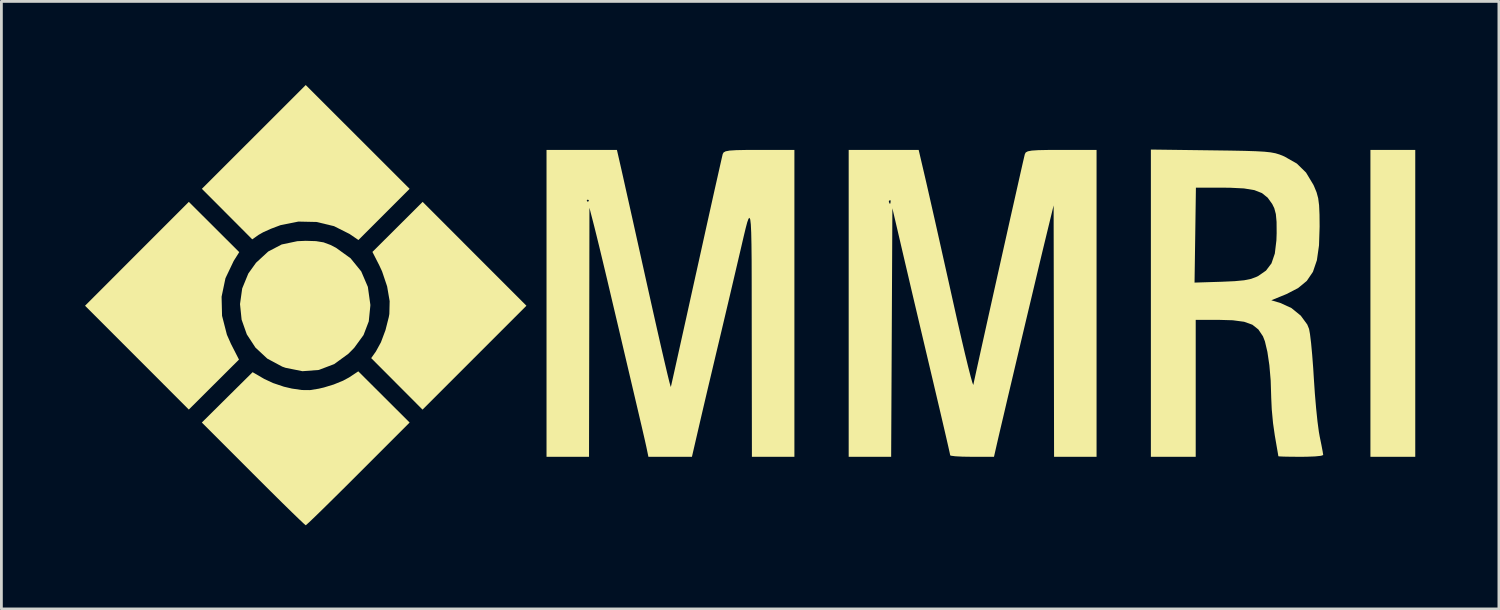
<source format=kicad_pcb>
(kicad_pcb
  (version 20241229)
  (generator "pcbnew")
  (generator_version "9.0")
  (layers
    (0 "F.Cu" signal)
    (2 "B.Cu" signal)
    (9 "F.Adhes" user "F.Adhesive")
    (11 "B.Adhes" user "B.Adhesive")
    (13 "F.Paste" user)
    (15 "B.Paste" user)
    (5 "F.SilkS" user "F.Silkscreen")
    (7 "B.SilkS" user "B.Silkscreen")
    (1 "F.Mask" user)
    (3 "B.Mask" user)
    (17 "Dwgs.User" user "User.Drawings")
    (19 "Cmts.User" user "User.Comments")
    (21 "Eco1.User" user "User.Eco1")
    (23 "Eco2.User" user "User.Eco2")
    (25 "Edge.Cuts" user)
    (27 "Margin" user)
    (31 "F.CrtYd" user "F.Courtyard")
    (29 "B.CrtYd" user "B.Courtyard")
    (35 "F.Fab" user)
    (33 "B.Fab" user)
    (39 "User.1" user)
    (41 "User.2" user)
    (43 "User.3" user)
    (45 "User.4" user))
  (footprint "mmri_logo_inverted"
    (layer "F.Cu")
    (at 23.917 7.83)
    (property "Reference" "mmri_logo_inverted" (at -0.007 -0.016 0) (layer "User.1") (effects (font (size 1.5 1.5) (thickness 0.3))))
    (attr board_only exclude_from_pos_files exclude_from_bom)
    (fp_poly (pts (xy 23.791 0) (xy 23.791 5.503) (xy 22.987 5.503) (xy 22.183 5.503) (xy 22.183 0) (xy 22.183 -5.503) (xy 22.987 -5.503) (xy 23.791 -5.503)) (stroke (width 0) (type solid)) (fill yes) (layer "F.SilkS"))
    (fp_poly (pts (xy -19.291 -2.739) (xy -18.387 -1.837) (xy -18.586 -1.521) (xy -18.881 -0.902) (xy -19.02 -0.238) (xy -19.003 0.446) (xy -18.829 1.125) (xy -18.684 1.453) (xy -18.396 2.016) (xy -19.296 2.913) (xy -20.195 3.809) (xy -22.056 1.947) (xy -23.917 0.085) (xy -22.056 -1.778) (xy -20.195 -3.64)) (stroke (width 0) (type solid)) (fill yes) (layer "F.SilkS"))
    (fp_poly (pts (xy -14.139 -5.969) (xy -12.276 -4.108) (xy -13.194 -3.19) (xy -14.112 -2.272) (xy -14.432 -2.49) (xy -14.987 -2.769) (xy -15.613 -2.919) (xy -16.266 -2.933) (xy -16.901 -2.806) (xy -16.93 -2.796) (xy -17.248 -2.676) (xy -17.532 -2.548) (xy -17.698 -2.453) (xy -17.92 -2.296) (xy -18.823 -3.202) (xy -19.727 -4.108) (xy -17.864 -5.969) (xy -16.002 -7.83)) (stroke (width 0) (type solid)) (fill yes) (layer "F.SilkS"))
    (fp_poly (pts (xy -9.948 -1.777) (xy -8.087 0.085) (xy -9.95 1.948) (xy -11.813 3.811) (xy -12.734 2.887) (xy -13.654 1.964) (xy -13.484 1.723) (xy -13.304 1.394) (xy -13.142 0.961) (xy -13.023 0.492) (xy -13.003 0.381) (xy -12.992 -0.08) (xy -13.083 -0.609) (xy -13.264 -1.147) (xy -13.366 -1.367) (xy -13.61 -1.845) (xy -12.709 -2.742) (xy -11.809 -3.64)) (stroke (width 0) (type solid)) (fill yes) (layer "F.SilkS"))
    (fp_poly (pts (xy -15.635 -2.232) (xy -15.363 -2.188) (xy -15.116 -2.096) (xy -14.916 -1.993) (xy -14.395 -1.618) (xy -14.012 -1.147) (xy -13.774 -0.591) (xy -13.685 0.045) (xy -13.685 0.085) (xy -13.741 0.645) (xy -13.929 1.137) (xy -14.264 1.596) (xy -14.471 1.806) (xy -14.98 2.178) (xy -15.533 2.388) (xy -16.119 2.433) (xy -16.727 2.311) (xy -16.845 2.269) (xy -17.38 1.982) (xy -17.805 1.587) (xy -18.115 1.113) (xy -18.302 0.583) (xy -18.359 0.026) (xy -18.281 -0.534) (xy -18.061 -1.07) (xy -17.784 -1.457) (xy -17.348 -1.859) (xy -16.864 -2.112) (xy -16.303 -2.23) (xy -16.002 -2.243)) (stroke (width 0) (type solid)) (fill yes) (layer "F.SilkS"))
    (fp_poly (pts (xy -13.196 3.356) (xy -12.276 4.274) (xy -14.117 6.116) (xy -14.575 6.573) (xy -14.994 6.988) (xy -15.359 7.348) (xy -15.656 7.637) (xy -15.87 7.842) (xy -15.986 7.947) (xy -16.002 7.959) (xy -16.07 7.901) (xy -16.243 7.738) (xy -16.506 7.484) (xy -16.844 7.153) (xy -17.241 6.76) (xy -17.684 6.319) (xy -17.887 6.116) (xy -19.728 4.274) (xy -18.818 3.371) (xy -17.907 2.468) (xy -17.489 2.711) (xy -17.173 2.858) (xy -16.784 2.989) (xy -16.498 3.056) (xy -16.14 3.108) (xy -15.851 3.111) (xy -15.539 3.061) (xy -15.351 3.017) (xy -14.999 2.91) (xy -14.661 2.772) (xy -14.448 2.657) (xy -14.117 2.438)) (stroke (width 0) (type solid)) (fill yes) (layer "F.SilkS"))
    (fp_poly (pts (xy 6.243 -4.382) (xy 6.322 -4.036) (xy 6.432 -3.552) (xy 6.567 -2.957) (xy 6.719 -2.279) (xy 6.883 -1.545) (xy 7.054 -0.782) (xy 7.209 -0.085) (xy 7.365 0.614) (xy 7.511 1.25) (xy 7.642 1.808) (xy 7.755 2.272) (xy 7.845 2.623) (xy 7.908 2.847) (xy 7.94 2.926) (xy 7.942 2.921) (xy 7.967 2.799) (xy 8.025 2.533) (xy 8.111 2.143) (xy 8.22 1.648) (xy 8.349 1.067) (xy 8.492 0.421) (xy 8.646 -0.271) (xy 8.806 -0.988) (xy 8.968 -1.712) (xy 9.127 -2.422) (xy 9.278 -3.099) (xy 9.419 -3.723) (xy 9.543 -4.274) (xy 9.646 -4.733) (xy 9.725 -5.08) (xy 9.775 -5.294) (xy 9.79 -5.355) (xy 9.822 -5.413) (xy 9.897 -5.453) (xy 10.04 -5.48) (xy 10.276 -5.495) (xy 10.633 -5.502) (xy 11.097 -5.503) (xy 12.361 -5.503) (xy 12.361 0) (xy 12.361 5.503) (xy 11.599 5.503) (xy 10.837 5.503) (xy 10.829 0.995) (xy 10.821 -3.514) (xy 10.533 -2.328) (xy 10.445 -1.966) (xy 10.328 -1.478) (xy 10.188 -0.889) (xy 10.03 -0.224) (xy 9.859 0.492) (xy 9.683 1.234) (xy 9.507 1.978) (xy 9.337 2.699) (xy 9.178 3.37) (xy 9.038 3.969) (xy 8.92 4.469) (xy 8.832 4.846) (xy 8.793 5.016) (xy 8.682 5.503) (xy 7.897 5.503) (xy 7.556 5.498) (xy 7.29 5.484) (xy 7.136 5.463) (xy 7.112 5.45) (xy 7.093 5.358) (xy 7.04 5.121) (xy 6.957 4.76) (xy 6.849 4.295) (xy 6.721 3.747) (xy 6.577 3.137) (xy 6.509 2.847) (xy 6.32 2.048) (xy 6.163 1.384) (xy 6.03 0.822) (xy 5.915 0.333) (xy 5.809 -0.115) (xy 5.706 -0.553) (xy 5.599 -1.012) (xy 5.479 -1.522) (xy 5.341 -2.114) (xy 5.323 -2.192) (xy 5.038 -3.411) (xy 5.016 1.046) (xy 4.994 5.503) (xy 4.233 5.503) (xy 3.471 5.503) (xy 3.471 0) (xy 3.471 -3.641) (xy 4.911 -3.641) (xy 4.942 -3.571) (xy 4.967 -3.584) (xy 4.977 -3.685) (xy 4.967 -3.697) (xy 4.917 -3.685) (xy 4.911 -3.641) (xy 3.471 -3.641) (xy 3.471 -5.503) (xy 4.726 -5.503) (xy 5.981 -5.503)) (stroke (width 0) (type solid)) (fill yes) (layer "F.SilkS"))
    (fp_poly (pts (xy -4.672 -4.763) (xy -4.617 -4.519) (xy -4.531 -4.132) (xy -4.417 -3.624) (xy -4.281 -3.016) (xy -4.129 -2.331) (xy -3.964 -1.589) (xy -3.792 -0.815) (xy -3.716 -0.474) (xy -3.55 0.27) (xy -3.395 0.958) (xy -3.255 1.573) (xy -3.133 2.099) (xy -3.034 2.519) (xy -2.961 2.817) (xy -2.917 2.976) (xy -2.907 2.997) (xy -2.885 2.902) (xy -2.83 2.657) (xy -2.746 2.28) (xy -2.636 1.785) (xy -2.504 1.19) (xy -2.353 0.511) (xy -2.188 -0.237) (xy -2.011 -1.037) (xy -1.987 -1.143) (xy -1.808 -1.951) (xy -1.64 -2.712) (xy -1.485 -3.409) (xy -1.348 -4.025) (xy -1.231 -4.543) (xy -1.14 -4.948) (xy -1.078 -5.223) (xy -1.048 -5.351) (xy -1.047 -5.355) (xy -1.015 -5.413) (xy -0.941 -5.453) (xy -0.798 -5.48) (xy -0.561 -5.495) (xy -0.205 -5.502) (xy 0.26 -5.503) (xy 1.524 -5.503) (xy 1.524 0) (xy 1.524 5.503) (xy 0.762 5.503) (xy 0 5.503) (xy -0.006 0.995) (xy -0.007 -0.016) (xy -0.008 -0.866) (xy -0.01 -1.564) (xy -0.016 -2.118) (xy -0.025 -2.538) (xy -0.039 -2.83) (xy -0.059 -3.005) (xy -0.086 -3.07) (xy -0.122 -3.035) (xy -0.168 -2.907) (xy -0.224 -2.695) (xy -0.293 -2.408) (xy -0.375 -2.055) (xy -0.41 -1.905) (xy -0.752 -0.445) (xy -1.071 0.905) (xy -1.309 1.905) (xy -1.443 2.472) (xy -1.597 3.12) (xy -1.749 3.768) (xy -1.872 4.297) (xy -2.151 5.503) (xy -2.932 5.503) (xy -3.712 5.503) (xy -3.769 5.228) (xy -3.787 5.143) (xy -3.811 5.035) (xy -3.843 4.891) (xy -3.888 4.696) (xy -3.948 4.436) (xy -4.028 4.095) (xy -4.13 3.66) (xy -4.258 3.115) (xy -4.415 2.447) (xy -4.605 1.639) (xy -4.781 0.889) (xy -5.003 -0.051) (xy -5.189 -0.841) (xy -5.345 -1.494) (xy -5.473 -2.026) (xy -5.577 -2.449) (xy -5.659 -2.778) (xy -5.674 -2.836) (xy -5.827 -3.429) (xy -5.834 1.037) (xy -5.842 5.503) (xy -6.604 5.503) (xy -7.366 5.503) (xy -7.366 0) (xy -7.366 -3.683) (xy -5.927 -3.683) (xy -5.884 -3.641) (xy -5.842 -3.683) (xy -5.884 -3.725) (xy -5.927 -3.683) (xy -7.366 -3.683) (xy -7.366 -5.503) (xy -6.104 -5.503) (xy -4.841 -5.503)) (stroke (width 0) (type solid)) (fill yes) (layer "F.SilkS"))
    (fp_poly (pts (xy 16.489 -5.488) (xy 17.158 -5.479) (xy 17.681 -5.469) (xy 18.081 -5.456) (xy 18.382 -5.439) (xy 18.608 -5.415) (xy 18.781 -5.382) (xy 18.925 -5.338) (xy 19.064 -5.282) (xy 19.104 -5.264) (xy 19.545 -5.013) (xy 19.874 -4.691) (xy 20.138 -4.252) (xy 20.166 -4.191) (xy 20.252 -3.982) (xy 20.309 -3.772) (xy 20.342 -3.519) (xy 20.357 -3.179) (xy 20.361 -2.752) (xy 20.339 -2.079) (xy 20.263 -1.547) (xy 20.121 -1.13) (xy 19.9 -0.805) (xy 19.587 -0.547) (xy 19.172 -0.333) (xy 19.105 -0.305) (xy 18.628 -0.111) (xy 18.967 -0.009) (xy 19.351 0.169) (xy 19.684 0.44) (xy 19.918 0.759) (xy 19.982 0.917) (xy 20.016 1.104) (xy 20.055 1.425) (xy 20.094 1.844) (xy 20.131 2.327) (xy 20.154 2.697) (xy 20.19 3.233) (xy 20.235 3.759) (xy 20.284 4.233) (xy 20.334 4.608) (xy 20.363 4.772) (xy 20.425 5.075) (xy 20.47 5.312) (xy 20.489 5.435) (xy 20.489 5.44) (xy 20.411 5.467) (xy 20.2 5.489) (xy 19.893 5.501) (xy 19.685 5.503) (xy 19.339 5.501) (xy 19.068 5.496) (xy 18.908 5.488) (xy 18.881 5.482) (xy 18.867 5.395) (xy 18.83 5.181) (xy 18.778 4.879) (xy 18.754 4.741) (xy 18.69 4.294) (xy 18.644 3.8) (xy 18.624 3.362) (xy 18.624 3.344) (xy 18.606 2.768) (xy 18.559 2.22) (xy 18.488 1.74) (xy 18.399 1.363) (xy 18.329 1.182) (xy 18.164 0.936) (xy 17.949 0.766) (xy 17.653 0.66) (xy 17.245 0.606) (xy 16.785 0.593) (xy 15.917 0.593) (xy 15.917 3.048) (xy 15.917 5.503) (xy 15.113 5.503) (xy 14.309 5.503) (xy 14.309 -0.006) (xy 14.309 -0.745) (xy 15.875 -0.745) (xy 16.849 -0.775) (xy 17.316 -0.796) (xy 17.655 -0.828) (xy 17.904 -0.879) (xy 18.103 -0.954) (xy 18.156 -0.98) (xy 18.438 -1.175) (xy 18.634 -1.434) (xy 18.754 -1.786) (xy 18.811 -2.26) (xy 18.82 -2.521) (xy 18.817 -2.922) (xy 18.791 -3.203) (xy 18.735 -3.412) (xy 18.662 -3.561) (xy 18.498 -3.79) (xy 18.294 -3.954) (xy 18.021 -4.061) (xy 17.649 -4.122) (xy 17.149 -4.147) (xy 16.916 -4.149) (xy 15.924 -4.149) (xy 15.9 -2.447) (xy 15.875 -0.745) (xy 14.309 -0.745) (xy 14.309 -5.516)) (stroke (width 0) (type solid)) (fill yes) (layer "F.SilkS")))
  (gr_rect
    (start -3 -3)
    (end 50.708 18.789)
    (stroke (width 0.1) (type default))
    (fill no)
    (layer "Edge.Cuts")))
</source>
